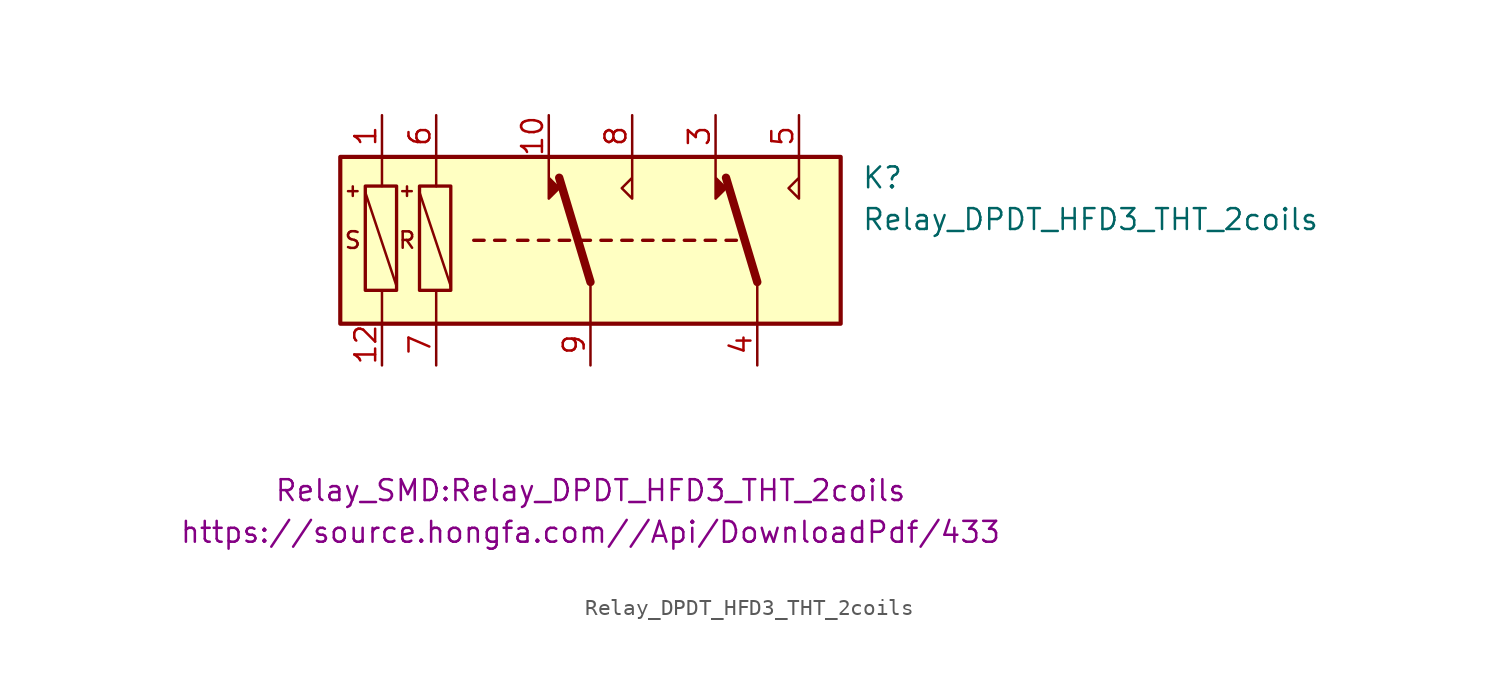
<source format=kicad_sym>
(kicad_symbol_lib
  (version 20231120)
  (generator "kicad_symbol_editor")
  (generator_version "8.0")
  (symbol "Relay_DPDT_HFD3_THT_2coils"
    (property "Reference" "K"
      (at 16.51 3.81 0)
      (effects (font (size 1.27 1.27)) (justify left)))
    (property "Value" "Relay_DPDT_HFD3_THT_2coils"
      (at 16.51 1.27 0)
      (effects (font (size 1.27 1.27)) (justify left)))
    (property "Footprint" "Relay_SMD:Relay_DPDT_HFD3_THT_2coils"
      (at 0 -15.24 0)
      (effects (font (size 1.27 1.27))))
    (property "Datasheet" "https://source.hongfa.com//Api/DownloadPdf/433"
      (at 0 -17.78 0)
      (effects (font (size 1.27 1.27))))
    (symbol "Relay_DPDT_HFD3_THT_2coils_0_0"
      (polyline (pts (xy -2.54 5.08) (xy -2.54 2.54) (xy -1.905 3.175) (xy -2.54 3.81)) (stroke (width 0) (type default)) (fill (type outline)))
      (polyline (pts (xy 2.54 5.08) (xy 2.54 2.54) (xy 1.905 3.175) (xy 2.54 3.81)) (stroke (width 0) (type default)) (fill (type none)))
      (polyline (pts (xy 7.62 5.08) (xy 7.62 2.54) (xy 8.255 3.175) (xy 7.62 3.81)) (stroke (width 0) (type default)) (fill (type outline)))
      (polyline (pts (xy 12.7 5.08) (xy 12.7 2.54) (xy 12.065 3.175) (xy 12.7 3.81)) (stroke (width 0) (type default)) (fill (type none)))
      (text "+" (at -14.478 3.048 0) (effects (font (size 0.762 0.762))))
      (text "+" (at -11.176 3.048 0) (effects (font (size 0.762 0.762))))
      (text "S" (at -14.478 0 0) (effects (font (size 1.016 1.016)))))
    (symbol "Relay_DPDT_HFD3_THT_2coils_0_1"
      (rectangle (start -15.24 5.08) (end 15.24 -5.08) (stroke (width 0.254) (type default)) (fill (type background)))
      (rectangle (start -13.716 -3.048) (end -11.811 3.302) (stroke (width 0.203) (type default)) (fill (type none)))
      (rectangle (start -10.414 -3.048) (end -8.509 3.302) (stroke (width 0.203) (type default)) (fill (type none)))
      (polyline (pts (xy -12.7 -3.048) (xy -12.7 -5.08)) (stroke (width 0) (type default)) (fill (type none)))
      (polyline (pts (xy -12.7 -3.048) (xy -12.7 -3.048)) (stroke (width 0) (type default)) (fill (type none)))
      (polyline (pts (xy -12.7 5.08) (xy -12.7 3.302)) (stroke (width 0) (type default)) (fill (type none)))
      (polyline (pts (xy -11.811 -2.794) (xy -13.716 2.921)) (stroke (width 0) (type default)) (fill (type none)))
      (polyline (pts (xy -9.398 -3.048) (xy -9.398 -5.08)) (stroke (width 0) (type default)) (fill (type none)))
      (polyline (pts (xy -9.398 -3.048) (xy -9.398 -3.048)) (stroke (width 0) (type default)) (fill (type none)))
      (polyline (pts (xy -9.398 3.302) (xy -9.398 3.302)) (stroke (width 0) (type default)) (fill (type none)))
      (polyline (pts (xy -9.398 3.302) (xy -9.398 5.08)) (stroke (width 0) (type default)) (fill (type none)))
      (polyline (pts (xy -8.509 -2.794) (xy -10.414 2.921)) (stroke (width 0) (type default)) (fill (type none)))
      (polyline (pts (xy -7.112 0) (xy -6.477 0)) (stroke (width 0.203) (type default)) (fill (type none)))
      (polyline (pts (xy -5.842 0) (xy -5.207 0)) (stroke (width 0.203) (type default)) (fill (type none)))
      (polyline (pts (xy -4.445 0) (xy -3.81 0)) (stroke (width 0.203) (type default)) (fill (type none)))
      (polyline (pts (xy -3.175 0) (xy -2.54 0)) (stroke (width 0.203) (type default)) (fill (type none)))
      (polyline (pts (xy -1.905 0) (xy -1.27 0)) (stroke (width 0.203) (type default)) (fill (type none)))
      (polyline (pts (xy -0.635 0) (xy 0 0)) (stroke (width 0.203) (type default)) (fill (type none)))
      (polyline (pts (xy 0 -2.54) (xy -1.905 3.81)) (stroke (width 0.508) (type default)) (fill (type none)))
      (polyline (pts (xy 0 -2.54) (xy 0 -5.08)) (stroke (width 0) (type default)) (fill (type none)))
      (polyline (pts (xy 0.635 0) (xy 1.27 0)) (stroke (width 0.203) (type default)) (fill (type none)))
      (polyline (pts (xy 1.905 0) (xy 2.54 0)) (stroke (width 0.203) (type default)) (fill (type none)))
      (polyline (pts (xy 3.175 0) (xy 3.81 0)) (stroke (width 0.203) (type default)) (fill (type none)))
      (polyline (pts (xy 4.445 0) (xy 5.08 0)) (stroke (width 0.203) (type default)) (fill (type none)))
      (polyline (pts (xy 5.715 0) (xy 6.35 0)) (stroke (width 0.203) (type default)) (fill (type none)))
      (polyline (pts (xy 6.985 0) (xy 7.62 0)) (stroke (width 0.203) (type default)) (fill (type none)))
      (polyline (pts (xy 8.255 0) (xy 8.89 0)) (stroke (width 0.203) (type default)) (fill (type none)))
      (polyline (pts (xy 10.16 -2.54) (xy 8.255 3.81)) (stroke (width 0.508) (type default)) (fill (type none)))
      (polyline (pts (xy 10.16 -2.54) (xy 10.16 -5.08)) (stroke (width 0) (type default)) (fill (type none))))
    (symbol "Relay_DPDT_HFD3_THT_2coils_1_1"
      (text "R" (at -11.176 0 0) (effects (font (size 1 1))))
      (pin passive line (at -12.7 7.62 270) (length 2.54) (name "~" (effects (font (size 1.27 1.27)))) (number "1" (effects (font (size 1.27 1.27)))))
      (pin passive line (at -2.54 7.62 270) (length 2.54) (name "~" (effects (font (size 1.27 1.27)))) (number "10" (effects (font (size 1.27 1.27)))))
      (pin passive line (at -12.7 -7.62 90) (length 2.54) (name "~" (effects (font (size 1.27 1.27)))) (number "12" (effects (font (size 1.27 1.27)))))
      (pin passive line (at 7.62 7.62 270) (length 2.54) (name "~" (effects (font (size 1.27 1.27)))) (number "3" (effects (font (size 1.27 1.27)))))
      (pin passive line (at 10.16 -7.62 90) (length 2.54) (name "~" (effects (font (size 1.27 1.27)))) (number "4" (effects (font (size 1.27 1.27)))))
      (pin passive line (at 12.7 7.62 270) (length 2.54) (name "~" (effects (font (size 1.27 1.27)))) (number "5" (effects (font (size 1.27 1.27)))))
      (pin passive line (at -9.398 7.62 270) (length 2.54) (name "~" (effects (font (size 1.27 1.27)))) (number "6" (effects (font (size 1.27 1.27)))))
      (pin passive line (at -9.398 -7.62 90) (length 2.54) (name "~" (effects (font (size 1.27 1.27)))) (number "7" (effects (font (size 1.27 1.27)))))
      (pin passive line (at 2.54 7.62 270) (length 2.54) (name "~" (effects (font (size 1.27 1.27)))) (number "8" (effects (font (size 1.27 1.27)))))
      (pin passive line (at 0 -7.62 90) (length 2.54) (name "~" (effects (font (size 1.27 1.27)))) (number "9" (effects (font (size 1.27 1.27))))))))
</source>
